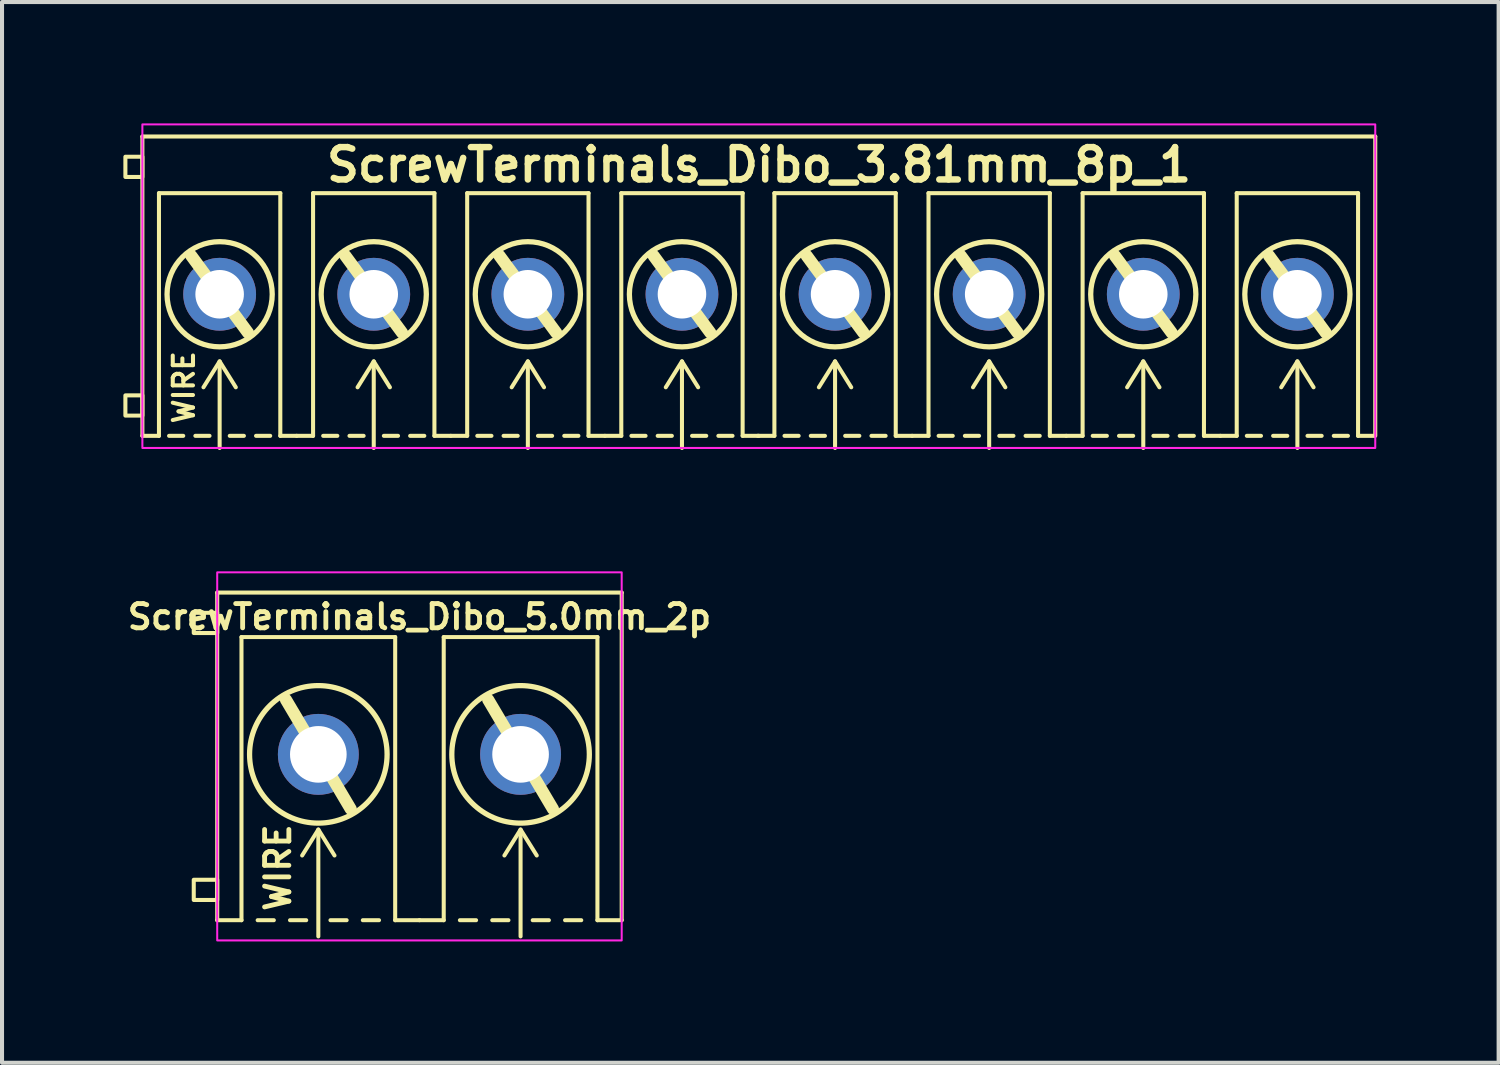
<source format=kicad_pcb>
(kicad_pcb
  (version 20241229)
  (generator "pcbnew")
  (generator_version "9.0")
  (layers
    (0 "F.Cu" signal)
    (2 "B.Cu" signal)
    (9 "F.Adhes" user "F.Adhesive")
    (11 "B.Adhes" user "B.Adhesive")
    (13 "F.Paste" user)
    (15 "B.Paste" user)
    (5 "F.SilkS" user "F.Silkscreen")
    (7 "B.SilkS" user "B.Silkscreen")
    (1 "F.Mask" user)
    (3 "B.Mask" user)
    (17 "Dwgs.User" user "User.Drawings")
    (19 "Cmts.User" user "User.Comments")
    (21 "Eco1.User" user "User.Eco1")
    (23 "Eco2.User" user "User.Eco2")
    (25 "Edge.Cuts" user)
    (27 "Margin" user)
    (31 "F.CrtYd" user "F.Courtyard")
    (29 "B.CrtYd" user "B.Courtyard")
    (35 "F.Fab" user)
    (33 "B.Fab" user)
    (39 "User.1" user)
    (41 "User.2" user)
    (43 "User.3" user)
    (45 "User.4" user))
  (footprint "ScrewTerminals_Dibo_3.81mm_8p_1"
    (layer "F.Cu")
    (at 15.71 4.225)
    (property "Reference" "ScrewTerminals_Dibo_3.81mm_8p_1" (at 0.005 -3.2 0) (unlocked yes) (layer "F.SilkS") (effects (font (size 0.8 0.8) (thickness 0.16) (bold yes))))
    (attr through_hole)
    (fp_line (start -15.24 -3.9) (end 15.24 -3.9) (stroke (width 0.1) (type solid)) (layer "F.SilkS"))
    (fp_line (start -15.24 3.5) (end -15.24 -3.9) (stroke (width 0.1) (type solid)) (layer "F.SilkS"))
    (fp_line (start -15.24 3.5) (end -14.83 3.5) (stroke (width 0.1) (type solid)) (layer "F.SilkS"))
    (fp_line (start -14.83 -2.5) (end -11.83 -2.5) (stroke (width 0.1) (type solid)) (layer "F.SilkS"))
    (fp_line (start -14.83 3.5) (end -14.83 -2.5) (stroke (width 0.1) (type solid)) (layer "F.SilkS"))
    (fp_line (start -14.23 3.5) (end -14.58 3.5) (stroke (width 0.1) (type default)) (layer "F.SilkS"))
    (fp_line (start -14.03 -0.95) (end -12.63 0.95) (stroke (width 0.3) (type default)) (layer "F.SilkS"))
    (fp_line (start -13.58 3.5) (end -13.93 3.5) (stroke (width 0.1) (type default)) (layer "F.SilkS"))
    (fp_line (start -13.33 1.659) (end -13.73 2.3) (stroke (width 0.1) (type default)) (layer "F.SilkS"))
    (fp_line (start -13.33 1.659) (end -12.93 2.3) (stroke (width 0.1) (type default)) (layer "F.SilkS"))
    (fp_line (start -13.33 3.8) (end -13.33 1.679) (stroke (width 0.1) (type default)) (layer "F.SilkS"))
    (fp_line (start -13.08 3.5) (end -12.73 3.5) (stroke (width 0.1) (type default)) (layer "F.SilkS"))
    (fp_line (start -12.43 3.5) (end -12.08 3.5) (stroke (width 0.1) (type default)) (layer "F.SilkS"))
    (fp_line (start -11.83 -2.5) (end -11.83 3.5) (stroke (width 0.1) (type solid)) (layer "F.SilkS"))
    (fp_line (start -11.83 3.5) (end -11.425 3.5) (stroke (width 0.1) (type default)) (layer "F.SilkS"))
    (fp_line (start -11.425 3.5) (end -11.02 3.5) (stroke (width 0.1) (type default)) (layer "F.SilkS"))
    (fp_line (start -11.02 -2.5) (end -8.02 -2.5) (stroke (width 0.1) (type solid)) (layer "F.SilkS"))
    (fp_line (start -11.02 3.5) (end -11.02 -2.5) (stroke (width 0.1) (type solid)) (layer "F.SilkS"))
    (fp_line (start -10.42 3.5) (end -10.77 3.5) (stroke (width 0.1) (type default)) (layer "F.SilkS"))
    (fp_line (start -10.22 -0.95) (end -8.82 0.95) (stroke (width 0.3) (type default)) (layer "F.SilkS"))
    (fp_line (start -9.77 3.5) (end -10.12 3.5) (stroke (width 0.1) (type default)) (layer "F.SilkS"))
    (fp_line (start -9.52 1.659) (end -9.92 2.3) (stroke (width 0.1) (type default)) (layer "F.SilkS"))
    (fp_line (start -9.52 1.659) (end -9.12 2.3) (stroke (width 0.1) (type default)) (layer "F.SilkS"))
    (fp_line (start -9.52 3.8) (end -9.52 1.679) (stroke (width 0.1) (type default)) (layer "F.SilkS"))
    (fp_line (start -9.27 3.5) (end -8.92 3.5) (stroke (width 0.1) (type default)) (layer "F.SilkS"))
    (fp_line (start -8.62 3.5) (end -8.27 3.5) (stroke (width 0.1) (type default)) (layer "F.SilkS"))
    (fp_line (start -8.02 -2.5) (end -8.02 3.5) (stroke (width 0.1) (type solid)) (layer "F.SilkS"))
    (fp_line (start -8.02 3.5) (end -7.615 3.5) (stroke (width 0.1) (type default)) (layer "F.SilkS"))
    (fp_line (start -7.615 3.5) (end -7.21 3.5) (stroke (width 0.1) (type default)) (layer "F.SilkS"))
    (fp_line (start -7.21 -2.5) (end -4.21 -2.5) (stroke (width 0.1) (type solid)) (layer "F.SilkS"))
    (fp_line (start -7.21 3.5) (end -7.21 -2.5) (stroke (width 0.1) (type solid)) (layer "F.SilkS"))
    (fp_line (start -6.61 3.5) (end -6.96 3.5) (stroke (width 0.1) (type default)) (layer "F.SilkS"))
    (fp_line (start -6.41 -0.95) (end -5.01 0.95) (stroke (width 0.3) (type default)) (layer "F.SilkS"))
    (fp_line (start -5.96 3.5) (end -6.31 3.5) (stroke (width 0.1) (type default)) (layer "F.SilkS"))
    (fp_line (start -5.71 1.659) (end -6.11 2.3) (stroke (width 0.1) (type default)) (layer "F.SilkS"))
    (fp_line (start -5.71 1.659) (end -5.31 2.3) (stroke (width 0.1) (type default)) (layer "F.SilkS"))
    (fp_line (start -5.71 3.8) (end -5.71 1.679) (stroke (width 0.1) (type default)) (layer "F.SilkS"))
    (fp_line (start -5.46 3.5) (end -5.11 3.5) (stroke (width 0.1) (type default)) (layer "F.SilkS"))
    (fp_line (start -4.81 3.5) (end -4.46 3.5) (stroke (width 0.1) (type default)) (layer "F.SilkS"))
    (fp_line (start -4.21 -2.5) (end -4.21 3.5) (stroke (width 0.1) (type solid)) (layer "F.SilkS"))
    (fp_line (start -4.21 3.5) (end -3.805 3.5) (stroke (width 0.1) (type default)) (layer "F.SilkS"))
    (fp_line (start -3.805 3.5) (end -3.4 3.5) (stroke (width 0.1) (type default)) (layer "F.SilkS"))
    (fp_line (start -3.4 -2.5) (end -0.4 -2.5) (stroke (width 0.1) (type solid)) (layer "F.SilkS"))
    (fp_line (start -3.4 3.5) (end -3.4 -2.5) (stroke (width 0.1) (type solid)) (layer "F.SilkS"))
    (fp_line (start -2.8 3.5) (end -3.15 3.5) (stroke (width 0.1) (type default)) (layer "F.SilkS"))
    (fp_line (start -2.6 -0.95) (end -1.2 0.95) (stroke (width 0.3) (type default)) (layer "F.SilkS"))
    (fp_line (start -2.15 3.5) (end -2.5 3.5) (stroke (width 0.1) (type default)) (layer "F.SilkS"))
    (fp_line (start -1.9 1.659) (end -2.3 2.3) (stroke (width 0.1) (type default)) (layer "F.SilkS"))
    (fp_line (start -1.9 1.659) (end -1.5 2.3) (stroke (width 0.1) (type default)) (layer "F.SilkS"))
    (fp_line (start -1.9 3.8) (end -1.9 1.679) (stroke (width 0.1) (type default)) (layer "F.SilkS"))
    (fp_line (start -1.65 3.5) (end -1.3 3.5) (stroke (width 0.1) (type default)) (layer "F.SilkS"))
    (fp_line (start -1 3.5) (end -0.65 3.5) (stroke (width 0.1) (type default)) (layer "F.SilkS"))
    (fp_line (start -0.4 -2.5) (end -0.4 3.5) (stroke (width 0.1) (type solid)) (layer "F.SilkS"))
    (fp_line (start -0.4 3.5) (end 0 3.5) (stroke (width 0.1) (type solid)) (layer "F.SilkS"))
    (fp_line (start -0.025 3.5) (end 0.385 3.5) (stroke (width 0.1) (type solid)) (layer "F.SilkS"))
    (fp_line (start 0.385 -2.5) (end 3.385 -2.5) (stroke (width 0.1) (type solid)) (layer "F.SilkS"))
    (fp_line (start 0.385 3.5) (end 0.385 -2.5) (stroke (width 0.1) (type solid)) (layer "F.SilkS"))
    (fp_line (start 0.985 3.5) (end 0.635 3.5) (stroke (width 0.1) (type default)) (layer "F.SilkS"))
    (fp_line (start 1.185 -0.95) (end 2.585 0.95) (stroke (width 0.3) (type default)) (layer "F.SilkS"))
    (fp_line (start 1.635 3.5) (end 1.285 3.5) (stroke (width 0.1) (type default)) (layer "F.SilkS"))
    (fp_line (start 1.885 1.659) (end 1.485 2.3) (stroke (width 0.1) (type default)) (layer "F.SilkS"))
    (fp_line (start 1.885 1.659) (end 2.285 2.3) (stroke (width 0.1) (type default)) (layer "F.SilkS"))
    (fp_line (start 1.885 3.8) (end 1.885 1.679) (stroke (width 0.1) (type default)) (layer "F.SilkS"))
    (fp_line (start 2.135 3.5) (end 2.485 3.5) (stroke (width 0.1) (type default)) (layer "F.SilkS"))
    (fp_line (start 2.785 3.5) (end 3.135 3.5) (stroke (width 0.1) (type default)) (layer "F.SilkS"))
    (fp_line (start 3.385 -2.5) (end 3.385 3.5) (stroke (width 0.1) (type solid)) (layer "F.SilkS"))
    (fp_line (start 3.385 3.5) (end 3.79 3.5) (stroke (width 0.1) (type default)) (layer "F.SilkS"))
    (fp_line (start 3.79 3.5) (end 4.195 3.5) (stroke (width 0.1) (type default)) (layer "F.SilkS"))
    (fp_line (start 4.195 -2.5) (end 7.195 -2.5) (stroke (width 0.1) (type solid)) (layer "F.SilkS"))
    (fp_line (start 4.195 3.5) (end 4.195 -2.5) (stroke (width 0.1) (type solid)) (layer "F.SilkS"))
    (fp_line (start 4.795 3.5) (end 4.445 3.5) (stroke (width 0.1) (type default)) (layer "F.SilkS"))
    (fp_line (start 4.995 -0.95) (end 6.395 0.95) (stroke (width 0.3) (type default)) (layer "F.SilkS"))
    (fp_line (start 5.445 3.5) (end 5.095 3.5) (stroke (width 0.1) (type default)) (layer "F.SilkS"))
    (fp_line (start 5.695 1.659) (end 5.295 2.3) (stroke (width 0.1) (type default)) (layer "F.SilkS"))
    (fp_line (start 5.695 1.659) (end 6.095 2.3) (stroke (width 0.1) (type default)) (layer "F.SilkS"))
    (fp_line (start 5.695 3.8) (end 5.695 1.679) (stroke (width 0.1) (type default)) (layer "F.SilkS"))
    (fp_line (start 5.945 3.5) (end 6.295 3.5) (stroke (width 0.1) (type default)) (layer "F.SilkS"))
    (fp_line (start 6.595 3.5) (end 6.945 3.5) (stroke (width 0.1) (type default)) (layer "F.SilkS"))
    (fp_line (start 7.195 -2.5) (end 7.195 3.5) (stroke (width 0.1) (type solid)) (layer "F.SilkS"))
    (fp_line (start 7.195 3.5) (end 7.6 3.5) (stroke (width 0.1) (type default)) (layer "F.SilkS"))
    (fp_line (start 7.6 3.5) (end 8.005 3.5) (stroke (width 0.1) (type default)) (layer "F.SilkS"))
    (fp_line (start 8.005 -2.5) (end 11.005 -2.5) (stroke (width 0.1) (type solid)) (layer "F.SilkS"))
    (fp_line (start 8.005 3.5) (end 8.005 -2.5) (stroke (width 0.1) (type solid)) (layer "F.SilkS"))
    (fp_line (start 8.605 3.5) (end 8.255 3.5) (stroke (width 0.1) (type default)) (layer "F.SilkS"))
    (fp_line (start 8.805 -0.95) (end 10.205 0.95) (stroke (width 0.3) (type default)) (layer "F.SilkS"))
    (fp_line (start 9.255 3.5) (end 8.905 3.5) (stroke (width 0.1) (type default)) (layer "F.SilkS"))
    (fp_line (start 9.505 1.659) (end 9.105 2.3) (stroke (width 0.1) (type default)) (layer "F.SilkS"))
    (fp_line (start 9.505 1.659) (end 9.905 2.3) (stroke (width 0.1) (type default)) (layer "F.SilkS"))
    (fp_line (start 9.505 3.8) (end 9.505 1.679) (stroke (width 0.1) (type default)) (layer "F.SilkS"))
    (fp_line (start 9.755 3.5) (end 10.105 3.5) (stroke (width 0.1) (type default)) (layer "F.SilkS"))
    (fp_line (start 10.405 3.5) (end 10.755 3.5) (stroke (width 0.1) (type default)) (layer "F.SilkS"))
    (fp_line (start 11.005 -2.5) (end 11.005 3.5) (stroke (width 0.1) (type solid)) (layer "F.SilkS"))
    (fp_line (start 11.005 3.5) (end 11.41 3.5) (stroke (width 0.1) (type default)) (layer "F.SilkS"))
    (fp_line (start 11.41 3.5) (end 11.815 3.5) (stroke (width 0.1) (type default)) (layer "F.SilkS"))
    (fp_line (start 11.815 -2.5) (end 14.815 -2.5) (stroke (width 0.1) (type solid)) (layer "F.SilkS"))
    (fp_line (start 11.815 3.5) (end 11.815 -2.5) (stroke (width 0.1) (type solid)) (layer "F.SilkS"))
    (fp_line (start 12.415 3.5) (end 12.065 3.5) (stroke (width 0.1) (type default)) (layer "F.SilkS"))
    (fp_line (start 12.615 -0.95) (end 14.015 0.95) (stroke (width 0.3) (type default)) (layer "F.SilkS"))
    (fp_line (start 13.065 3.5) (end 12.715 3.5) (stroke (width 0.1) (type default)) (layer "F.SilkS"))
    (fp_line (start 13.315 1.659) (end 12.915 2.3) (stroke (width 0.1) (type default)) (layer "F.SilkS"))
    (fp_line (start 13.315 1.659) (end 13.715 2.3) (stroke (width 0.1) (type default)) (layer "F.SilkS"))
    (fp_line (start 13.315 3.8) (end 13.315 1.679) (stroke (width 0.1) (type default)) (layer "F.SilkS"))
    (fp_line (start 13.565 3.5) (end 13.915 3.5) (stroke (width 0.1) (type default)) (layer "F.SilkS"))
    (fp_line (start 14.215 3.5) (end 14.565 3.5) (stroke (width 0.1) (type default)) (layer "F.SilkS"))
    (fp_line (start 14.815 -2.5) (end 14.815 3.5) (stroke (width 0.1) (type solid)) (layer "F.SilkS"))
    (fp_line (start 14.815 3.5) (end 15.215 3.5) (stroke (width 0.1) (type solid)) (layer "F.SilkS"))
    (fp_line (start 15.24 3.5) (end 15.24 -3.9) (stroke (width 0.1) (type solid)) (layer "F.SilkS"))
    (fp_rect (start -15.66 -2.9) (end -15.24 -3.4) (stroke (width 0.1) (type solid)) (fill no) (layer "F.SilkS"))
    (fp_rect (start -15.66 3) (end -15.24 2.5) (stroke (width 0.1) (type solid)) (fill no) (layer "F.SilkS"))
    (fp_circle (center -13.33 0) (end -12.03 0) (stroke (width 0.13) (type default)) (fill no) (layer "F.SilkS"))
    (fp_circle (center -9.52 0) (end -8.22 0) (stroke (width 0.13) (type default)) (fill no) (layer "F.SilkS"))
    (fp_circle (center -5.71 0) (end -4.41 0) (stroke (width 0.13) (type default)) (fill no) (layer "F.SilkS"))
    (fp_circle (center -1.9 0) (end -0.6 0) (stroke (width 0.13) (type default)) (fill no) (layer "F.SilkS"))
    (fp_circle (center 1.885 0) (end 3.185 0) (stroke (width 0.13) (type default)) (fill no) (layer "F.SilkS"))
    (fp_circle (center 5.695 0) (end 6.995 0) (stroke (width 0.13) (type default)) (fill no) (layer "F.SilkS"))
    (fp_circle (center 9.505 0) (end 10.805 0) (stroke (width 0.13) (type default)) (fill no) (layer "F.SilkS"))
    (fp_circle (center 13.315 0) (end 14.615 0) (stroke (width 0.13) (type default)) (fill no) (layer "F.SilkS"))
    (fp_rect (start -15.24 -4.2) (end 15.24 3.8) (stroke (width 0.05) (type solid)) (fill no) (layer "F.CrtYd"))
    (fp_text user "WIRE" (at -14.215 2.3 90) (unlocked yes) (layer "F.SilkS") (effects (font (size 0.5 0.5) (thickness 0.1) (bold yes))))
    (pad "1" thru_hole circle (at -13.33 0) (size 1.8 1.8) (drill 1.2) (layers "*.Cu" "*.Mask"))
    (pad "2" thru_hole circle (at -9.52 0 180) (size 1.8 1.8) (drill 1.2) (layers "*.Cu" "*.Mask"))
    (pad "3" thru_hole circle (at -5.71 0 180) (size 1.8 1.8) (drill 1.2) (layers "*.Cu" "*.Mask"))
    (pad "4" thru_hole circle (at -1.9 0 180) (size 1.8 1.8) (drill 1.2) (layers "*.Cu" "*.Mask"))
    (pad "5" thru_hole circle (at 1.885 0) (size 1.8 1.8) (drill 1.2) (layers "*.Cu" "*.Mask"))
    (pad "6" thru_hole circle (at 5.695 0 180) (size 1.8 1.8) (drill 1.2) (layers "*.Cu" "*.Mask"))
    (pad "7" thru_hole circle (at 9.505 0 180) (size 1.8 1.8) (drill 1.2) (layers "*.Cu" "*.Mask"))
    (pad "8" thru_hole circle (at 13.315 0 180) (size 1.8 1.8) (drill 1.2) (layers "*.Cu" "*.Mask")))
  (footprint "ScrewTerminals_Dibo_5.0mm_2p"
    (layer "F.Cu")
    (at 7.32 15.6)
    (property "Reference" "ScrewTerminals_Dibo_5.0mm_2p" (at 0 -3.4 0) (unlocked yes) (layer "F.SilkS") (effects (font (size 0.6 0.6) (thickness 0.12) (bold yes))))
    (attr through_hole)
    (fp_line (start -5 -4) (end 5 -4) (stroke (width 0.1) (type solid)) (layer "F.SilkS"))
    (fp_line (start -5 4.1) (end -5 -4) (stroke (width 0.1) (type solid)) (layer "F.SilkS"))
    (fp_line (start -5 4.1) (end -4.4 4.1) (stroke (width 0.1) (type default)) (layer "F.SilkS"))
    (fp_line (start -4.4 -2.9) (end -0.6 -2.9) (stroke (width 0.1) (type solid)) (layer "F.SilkS"))
    (fp_line (start -4.4 4.1) (end -4.4 -2.9) (stroke (width 0.1) (type solid)) (layer "F.SilkS"))
    (fp_line (start -3.6 4.1) (end -4 4.1) (stroke (width 0.1) (type default)) (layer "F.SilkS"))
    (fp_line (start -3.3 -1.35) (end -1.7 1.35) (stroke (width 0.3) (type default)) (layer "F.SilkS"))
    (fp_line (start -2.8 4.1) (end -3.2 4.1) (stroke (width 0.1) (type default)) (layer "F.SilkS"))
    (fp_line (start -2.5 1.859) (end -2.9 2.5) (stroke (width 0.1) (type default)) (layer "F.SilkS"))
    (fp_line (start -2.5 1.859) (end -2.1 2.5) (stroke (width 0.1) (type default)) (layer "F.SilkS"))
    (fp_line (start -2.5 4.5) (end -2.5 1.879) (stroke (width 0.1) (type default)) (layer "F.SilkS"))
    (fp_line (start -2.2 4.1) (end -1.8 4.1) (stroke (width 0.1) (type default)) (layer "F.SilkS"))
    (fp_line (start -1.4 4.1) (end -1 4.1) (stroke (width 0.1) (type default)) (layer "F.SilkS"))
    (fp_line (start -0.6 -2.9) (end -0.6 4.1) (stroke (width 0.1) (type solid)) (layer "F.SilkS"))
    (fp_line (start -0.6 4.1) (end 0 4.1) (stroke (width 0.1) (type default)) (layer "F.SilkS"))
    (fp_line (start 0 4.1) (end 0.6 4.1) (stroke (width 0.1) (type default)) (layer "F.SilkS"))
    (fp_line (start 0.6 -2.9) (end 4.4 -2.9) (stroke (width 0.1) (type solid)) (layer "F.SilkS"))
    (fp_line (start 0.6 4.1) (end 0.6 -2.9) (stroke (width 0.1) (type solid)) (layer "F.SilkS"))
    (fp_line (start 1.4 4.1) (end 1 4.1) (stroke (width 0.1) (type default)) (layer "F.SilkS"))
    (fp_line (start 1.7 -1.35) (end 3.3 1.35) (stroke (width 0.3) (type default)) (layer "F.SilkS"))
    (fp_line (start 2.2 4.1) (end 1.8 4.1) (stroke (width 0.1) (type default)) (layer "F.SilkS"))
    (fp_line (start 2.5 1.859) (end 2.1 2.5) (stroke (width 0.1) (type default)) (layer "F.SilkS"))
    (fp_line (start 2.5 1.859) (end 2.9 2.5) (stroke (width 0.1) (type default)) (layer "F.SilkS"))
    (fp_line (start 2.5 4.5) (end 2.5 1.879) (stroke (width 0.1) (type default)) (layer "F.SilkS"))
    (fp_line (start 2.8 4.1) (end 3.2 4.1) (stroke (width 0.1) (type default)) (layer "F.SilkS"))
    (fp_line (start 3.6 4.1) (end 4 4.1) (stroke (width 0.1) (type default)) (layer "F.SilkS"))
    (fp_line (start 4.4 -2.9) (end 4.4 4.1) (stroke (width 0.1) (type solid)) (layer "F.SilkS"))
    (fp_line (start 4.4 4.1) (end 5 4.1) (stroke (width 0.1) (type default)) (layer "F.SilkS"))
    (fp_line (start 5 4.1) (end 5 -4) (stroke (width 0.1) (type solid)) (layer "F.SilkS"))
    (fp_rect (start -5.58 -3.5) (end -5 -3) (stroke (width 0.1) (type solid)) (fill no) (layer "F.SilkS"))
    (fp_rect (start -5.58 3.1) (end -5 3.6) (stroke (width 0.1) (type solid)) (fill no) (layer "F.SilkS"))
    (fp_circle (center -2.5 0) (end -0.8 0) (stroke (width 0.13) (type default)) (fill no) (layer "F.SilkS"))
    (fp_circle (center 2.5 0) (end 4.2 0) (stroke (width 0.13) (type default)) (fill no) (layer "F.SilkS"))
    (fp_rect (start -5 -4.5) (end 5 4.6) (stroke (width 0.05) (type solid)) (fill no) (layer "F.CrtYd"))
    (fp_text user "WIRE" (at -3.5 2.8 90) (unlocked yes) (layer "F.SilkS") (effects (font (size 0.6 0.6) (thickness 0.12) (bold yes))))
    (pad "1" thru_hole circle (at -2.5 0 180) (size 2 2) (drill 1.4) (layers "*.Cu" "*.Mask"))
    (pad "2" thru_hole circle (at 2.5 0 180) (size 2 2) (drill 1.4) (layers "*.Cu" "*.Mask")))
  (gr_rect
    (start -3 -3)
    (end 34 23.225)
    (stroke (width 0.1) (type default))
    (fill no)
    (layer "Edge.Cuts")))
</source>
